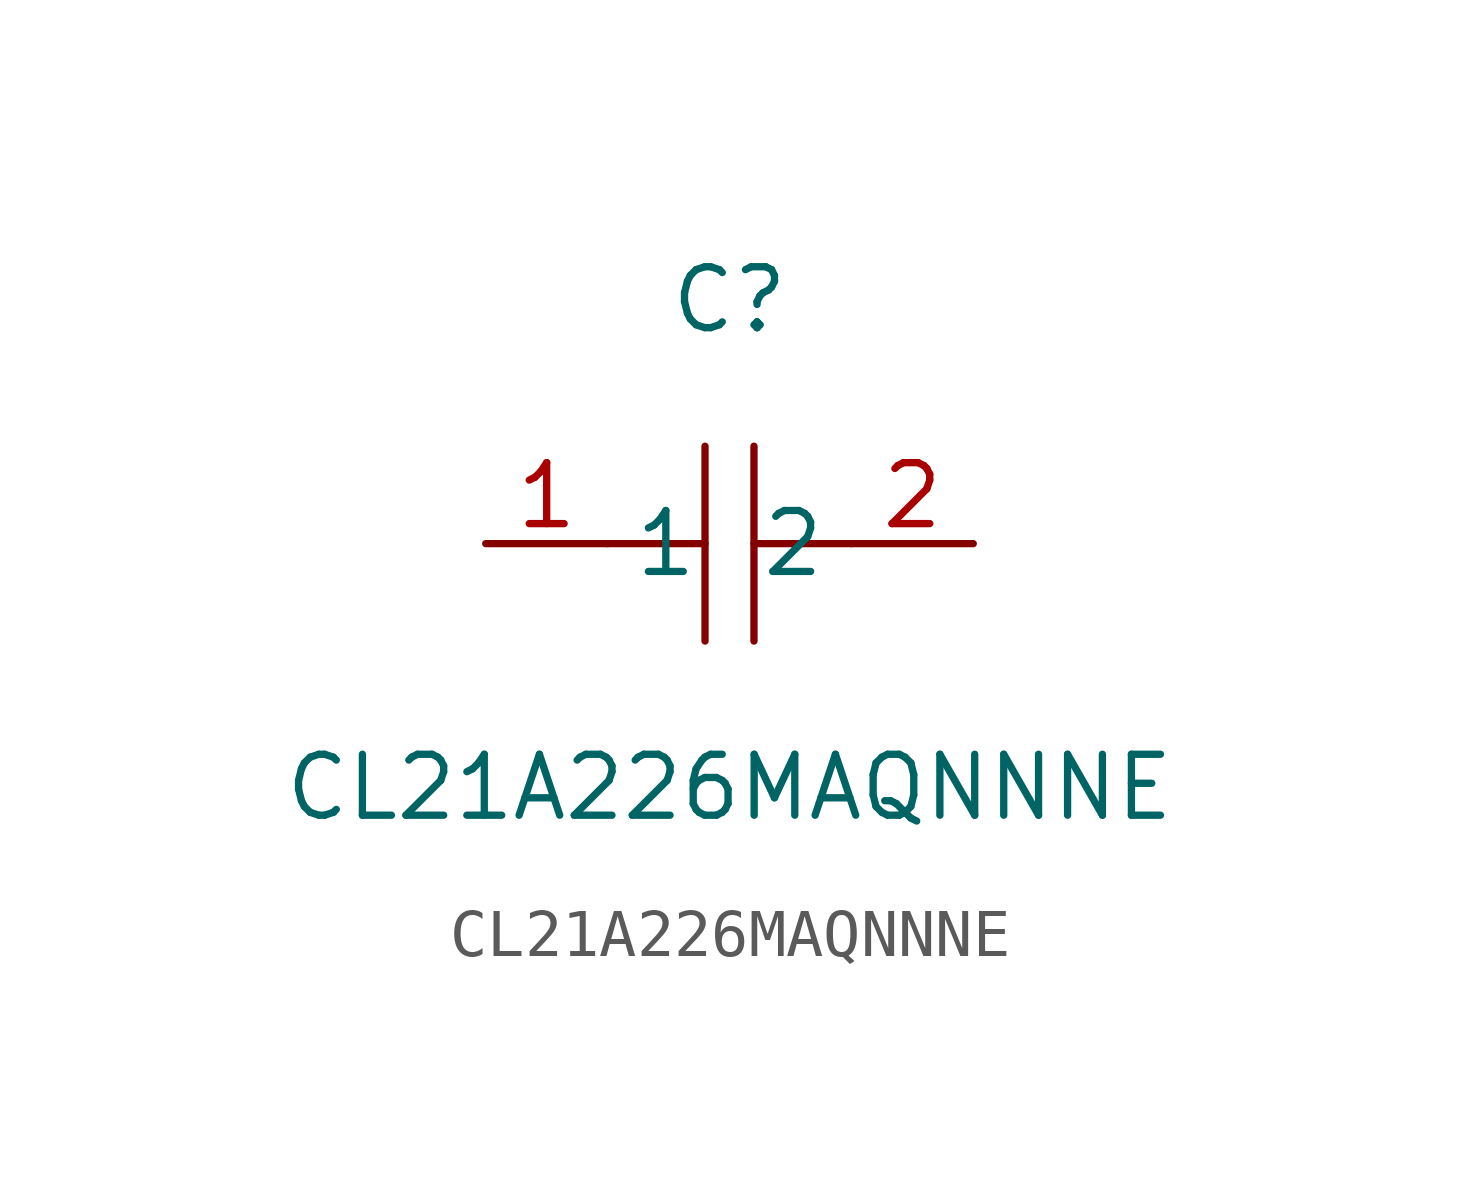
<source format=kicad_sym>
(kicad_symbol_lib
  (version 1)
  (generator "faebryk")
  (symbol "CL21A226MAQNNNE"
    (property "Reference" "C"
      (at 0 5.08 0)
      (effects (font (size 1.27 1.27)) (hide no)))
    (property "Value" "CL21A226MAQNNNE"
      (at 0 -5.08 0)
      (effects (font (size 1.27 1.27)) (hide no)))
    (symbol "CL21A226MAQNNNE_0_1"
      (polyline (stroke (width 0) (type default) (color 0 0 0 0)) (fill (type none)) (pts (xy -0.51 -2.03) (xy -0.51 2.03)))
      (polyline (stroke (width 0) (type default) (color 0 0 0 0)) (fill (type none)) (pts (xy 2.54 0) (xy 0.51 0)))
      (polyline (stroke (width 0) (type default) (color 0 0 0 0)) (fill (type none)) (pts (xy 0.51 2.03) (xy 0.51 -2.03)))
      (polyline (stroke (width 0) (type default) (color 0 0 0 0)) (fill (type none)) (pts (xy -0.51 0) (xy -2.54 0)))
      (pin unspecified line (at -5.08 0 0) (length 2.54) (name "1" (effects (font (size 1.27 1.27)) (hide no))) (number "1" (effects (font (size 1.27 1.27)) (hide no))))
      (pin unspecified line (at 5.08 0 180) (length 2.54) (name "2" (effects (font (size 1.27 1.27)) (hide no))) (number "2" (effects (font (size 1.27 1.27)) (hide no)))))))
</source>
